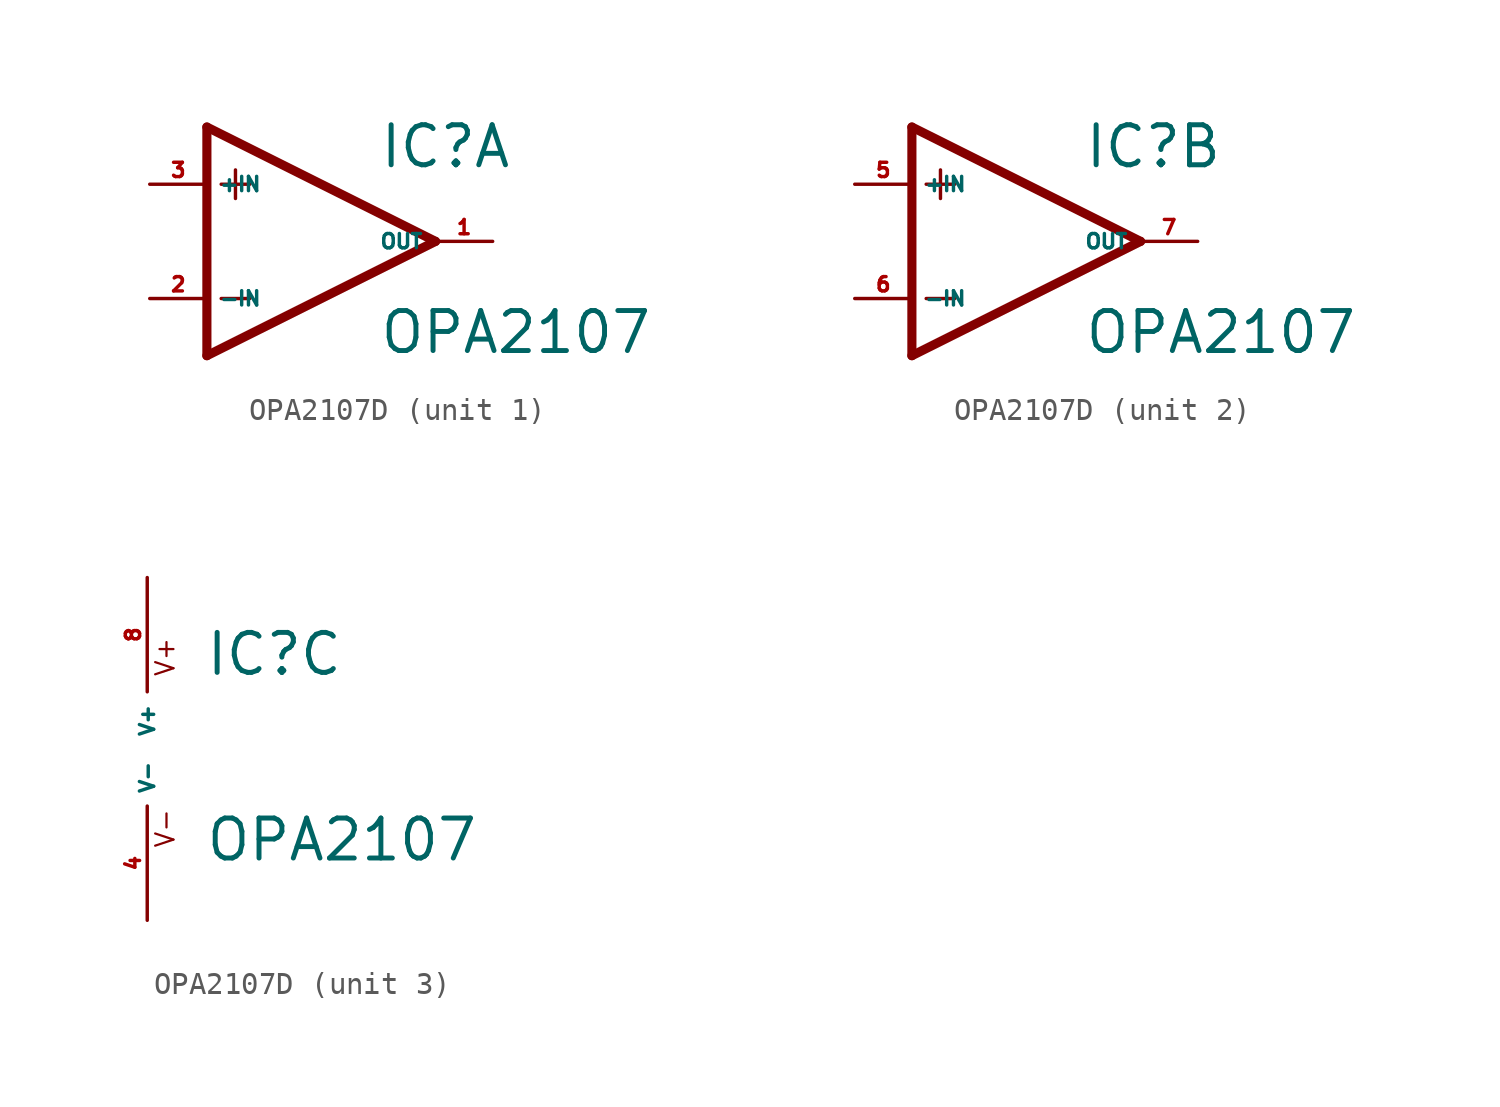
<source format=kicad_sym>
(kicad_symbol_lib
  (version 20220914)
  (generator Eagle2Kicad)
  (symbol "OPA2107D"
    (property "Reference" "IC"
      (at 2.54 3.175 0)
      (effects (font (size 1.778 1.778) (thickness 0.22)) (justify left bottom)))
    (property "Value" "OPA2107"
      (at 2.54 -5.08 0)
      (effects (font (size 1.778 1.778) (thickness 0.22)) (justify left bottom)))
    (symbol "OPA2107D_1_0"
      (polyline (pts (xy -5.08 5.08) (xy -5.08 -5.08)) (stroke (width 0.406) (type default)) (fill (type none)))
      (polyline (pts (xy -5.08 -5.08) (xy 5.08 0)) (stroke (width 0.406) (type default)) (fill (type none)))
      (polyline (pts (xy 5.08 0) (xy -5.08 5.08)) (stroke (width 0.406) (type default)) (fill (type none)))
      (polyline (pts (xy -3.81 3.175) (xy -3.81 1.905)) (stroke (width 0.152) (type default)) (fill (type none)))
      (polyline (pts (xy -4.445 2.54) (xy -3.175 2.54)) (stroke (width 0.152) (type default)) (fill (type none)))
      (polyline (pts (xy -4.445 -2.54) (xy -3.175 -2.54)) (stroke (width 0.152) (type default)) (fill (type none)))
      (pin input line (at -7.62 -2.54 0) (length 2.54) (name "-IN" (effects (font (size 0.635 0.635) (thickness 0.08)) (justify left bottom))) (number "2" (effects (font (size 0.635 0.635) (thickness 0.08)) (justify left bottom))))
      (pin input line (at -7.62 2.54 0) (length 2.54) (name "+IN" (effects (font (size 0.635 0.635) (thickness 0.08)) (justify left bottom))) (number "3" (effects (font (size 0.635 0.635) (thickness 0.08)) (justify left bottom))))
      (pin output line (at 7.62 0 180) (length 2.54) (name "OUT" (effects (font (size 0.635 0.635) (thickness 0.08)) (justify left bottom))) (number "1" (effects (font (size 0.635 0.635) (thickness 0.08)) (justify left bottom)))))
    (symbol "OPA2107D_2_0"
      (polyline (pts (xy -5.08 5.08) (xy -5.08 -5.08)) (stroke (width 0.406) (type default)) (fill (type none)))
      (polyline (pts (xy -5.08 -5.08) (xy 5.08 0)) (stroke (width 0.406) (type default)) (fill (type none)))
      (polyline (pts (xy 5.08 0) (xy -5.08 5.08)) (stroke (width 0.406) (type default)) (fill (type none)))
      (polyline (pts (xy -3.81 3.175) (xy -3.81 1.905)) (stroke (width 0.152) (type default)) (fill (type none)))
      (polyline (pts (xy -4.445 2.54) (xy -3.175 2.54)) (stroke (width 0.152) (type default)) (fill (type none)))
      (polyline (pts (xy -4.445 -2.54) (xy -3.175 -2.54)) (stroke (width 0.152) (type default)) (fill (type none)))
      (pin input line (at -7.62 -2.54 0) (length 2.54) (name "-IN" (effects (font (size 0.635 0.635) (thickness 0.08)) (justify left bottom))) (number "6" (effects (font (size 0.635 0.635) (thickness 0.08)) (justify left bottom))))
      (pin input line (at -7.62 2.54 0) (length 2.54) (name "+IN" (effects (font (size 0.635 0.635) (thickness 0.08)) (justify left bottom))) (number "5" (effects (font (size 0.635 0.635) (thickness 0.08)) (justify left bottom))))
      (pin output line (at 7.62 0 180) (length 2.54) (name "OUT" (effects (font (size 0.635 0.635) (thickness 0.08)) (justify left bottom))) (number "7" (effects (font (size 0.635 0.635) (thickness 0.08)) (justify left bottom)))))
    (symbol "OPA2107D_3_0"
      (text "V+" (at 1.27 3.175 900) (effects (font (size 0.813 0.813) (thickness 0.10)) (justify left bottom)))
      (text "V-" (at 1.27 -4.445 900) (effects (font (size 0.813 0.813) (thickness 0.10)) (justify left bottom)))
      (pin unspecified line (at 0 7.62 270) (length 5.08) (name "V+" (effects (font (size 0.635 0.635) (thickness 0.08)) (justify left bottom))) (number "8" (effects (font (size 0.635 0.635) (thickness 0.08)) (justify left bottom))))
      (pin unspecified line (at 0 -7.62 90) (length 5.08) (name "V-" (effects (font (size 0.635 0.635) (thickness 0.08)) (justify left bottom))) (number "4" (effects (font (size 0.635 0.635) (thickness 0.08)) (justify left bottom)))))))
</source>
